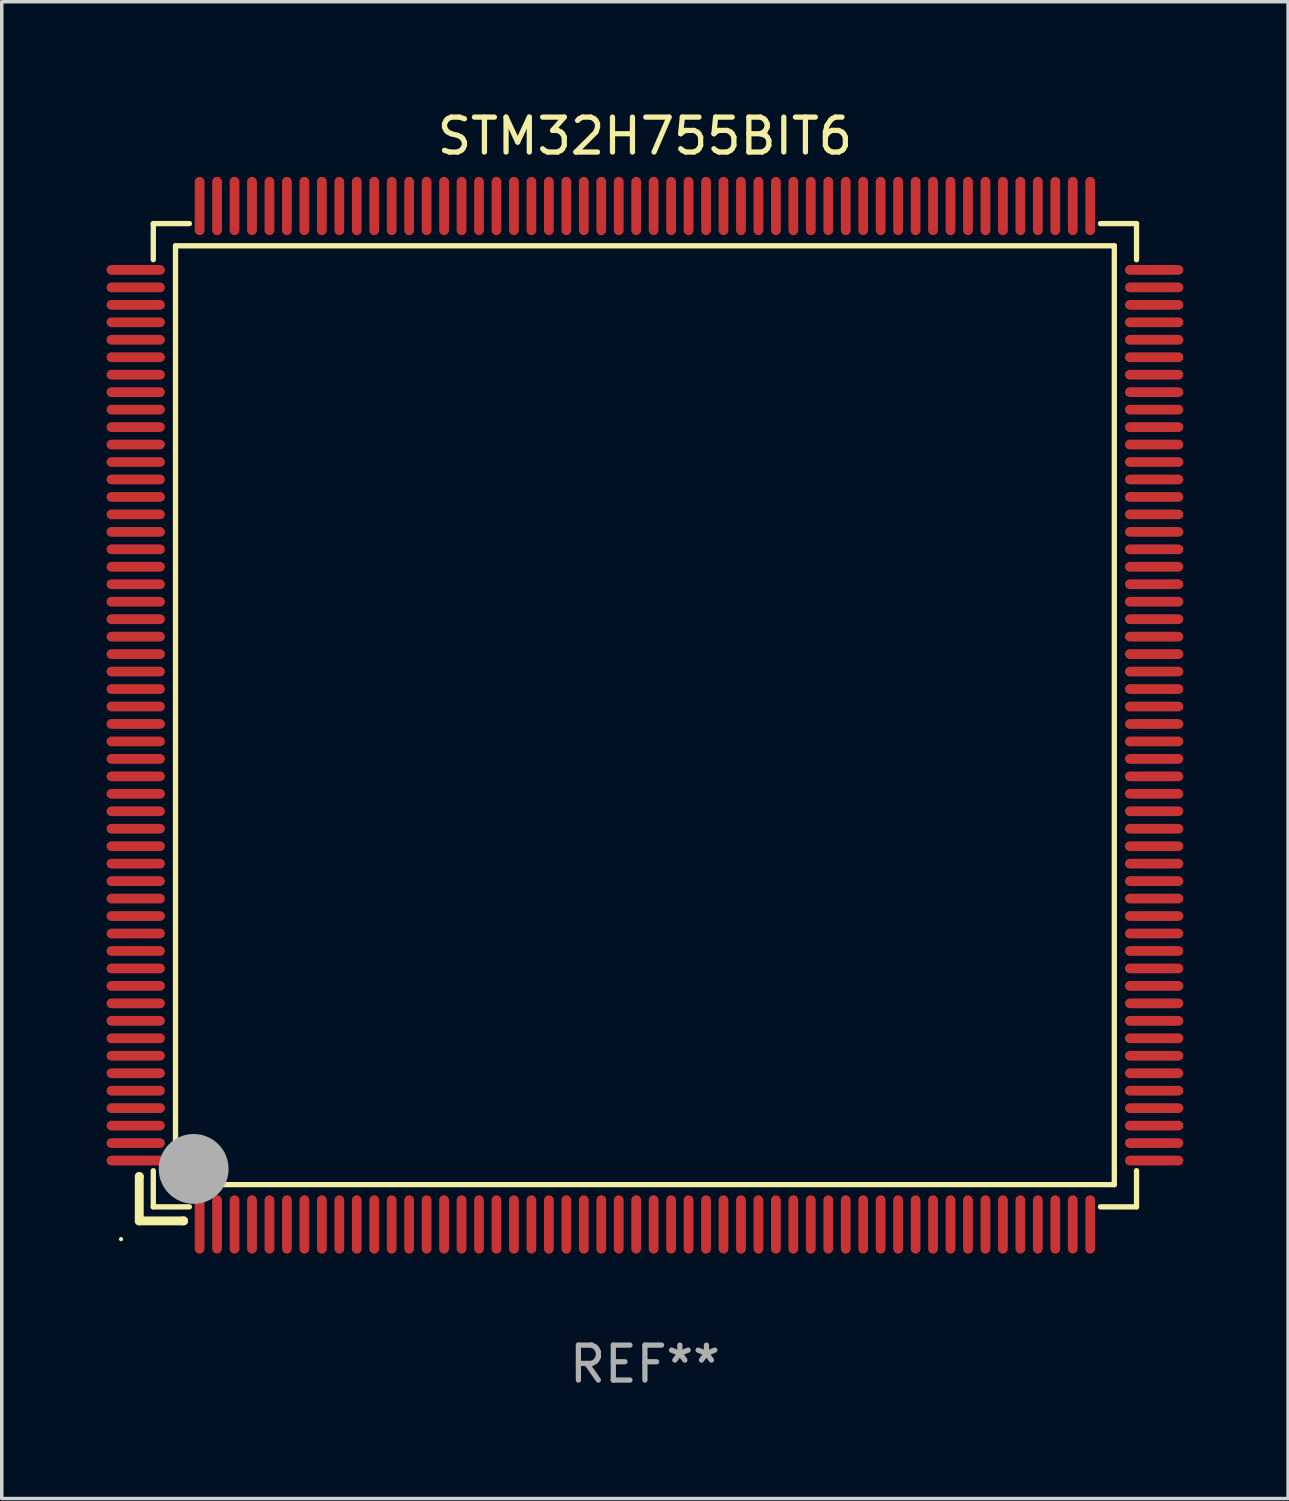
<source format=kicad_pcb>
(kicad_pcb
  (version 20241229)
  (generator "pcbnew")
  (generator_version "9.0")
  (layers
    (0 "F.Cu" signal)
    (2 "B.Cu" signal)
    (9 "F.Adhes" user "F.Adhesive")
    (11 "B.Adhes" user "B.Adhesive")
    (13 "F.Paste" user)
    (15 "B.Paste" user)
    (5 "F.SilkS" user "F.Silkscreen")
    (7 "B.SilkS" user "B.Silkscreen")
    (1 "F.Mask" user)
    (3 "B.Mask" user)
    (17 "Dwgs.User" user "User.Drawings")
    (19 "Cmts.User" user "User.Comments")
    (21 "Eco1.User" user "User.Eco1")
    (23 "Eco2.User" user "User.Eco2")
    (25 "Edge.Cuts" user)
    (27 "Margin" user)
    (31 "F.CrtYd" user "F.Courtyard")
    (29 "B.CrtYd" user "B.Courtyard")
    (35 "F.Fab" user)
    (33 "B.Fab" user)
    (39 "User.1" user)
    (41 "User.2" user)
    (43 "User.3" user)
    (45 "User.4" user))
  (footprint "STM32H755BIT6"
    (layer "F.Cu")
    (at 15.415 17.428)
    (property "Reference" "STM32H755BIT6" (at 0 -16.58 0) (layer "F.SilkS") (effects (font (size 1 1) (thickness 0.15))))
    (attr through_hole)
    (fp_line (start -14.478 13.208) (end -14.478 13.208) (stroke (width 0.254) (type solid)) (layer "F.SilkS"))
    (fp_line (start -14.478 13.208) (end -14.478 14.478) (stroke (width 0.254) (type solid)) (layer "F.SilkS"))
    (fp_line (start -14.478 14.478) (end -13.208 14.478) (stroke (width 0.254) (type solid)) (layer "F.SilkS"))
    (fp_line (start -14.076 -14.076) (end -14.076 -13.042) (stroke (width 0.152) (type solid)) (layer "F.SilkS"))
    (fp_line (start -14.076 14.076) (end -14.076 13.042) (stroke (width 0.152) (type solid)) (layer "F.SilkS"))
    (fp_line (start -13.44 -13.44) (end 13.44 -13.44) (stroke (width 0.152) (type solid)) (layer "F.SilkS"))
    (fp_line (start -13.44 13.44) (end -13.44 -13.44) (stroke (width 0.152) (type solid)) (layer "F.SilkS"))
    (fp_line (start -13.208 14.478) (end -13.208 14.478) (stroke (width 0.254) (type solid)) (layer "F.SilkS"))
    (fp_line (start -13.042 -14.076) (end -14.076 -14.076) (stroke (width 0.152) (type solid)) (layer "F.SilkS"))
    (fp_line (start -13.042 14.076) (end -14.076 14.076) (stroke (width 0.152) (type solid)) (layer "F.SilkS"))
    (fp_line (start 13.042 -14.076) (end 14.076 -14.076) (stroke (width 0.152) (type solid)) (layer "F.SilkS"))
    (fp_line (start 13.042 14.076) (end 14.076 14.076) (stroke (width 0.152) (type solid)) (layer "F.SilkS"))
    (fp_line (start 13.44 -13.44) (end 13.44 13.44) (stroke (width 0.152) (type solid)) (layer "F.SilkS"))
    (fp_line (start 13.44 13.44) (end -13.44 13.44) (stroke (width 0.152) (type solid)) (layer "F.SilkS"))
    (fp_line (start 14.076 -14.076) (end 14.076 -13.042) (stroke (width 0.152) (type solid)) (layer "F.SilkS"))
    (fp_line (start 14.076 14.076) (end 14.076 13.042) (stroke (width 0.152) (type solid)) (layer "F.SilkS"))
    (fp_circle (center -15 15) (end -14.97 15) (stroke (width 0.06) (type solid)) (fill no) (layer "F.SilkS"))
    (fp_circle (center -13.138 13.138) (end -13.063 13.138) (stroke (width 0.15) (type solid)) (fill no) (layer "F.SilkS"))
    (fp_circle (center -12.92 12.99) (end -12.42 12.99) (stroke (width 1) (type solid)) (fill no) (layer "F.Fab"))
    (fp_text user "REF**" (at 0 18.58 0) (layer "F.Fab") (effects (font (size 1 1) (thickness 0.15))))
    (pad "1" smd oval (at -12.75 14.58) (size 0.28 1.67) (layers "F.Cu" "F.Mask" "F.Paste"))
    (pad "2" smd oval (at -12.25 14.58) (size 0.28 1.67) (layers "F.Cu" "F.Mask" "F.Paste"))
    (pad "3" smd oval (at -11.75 14.58) (size 0.28 1.67) (layers "F.Cu" "F.Mask" "F.Paste"))
    (pad "4" smd oval (at -11.25 14.58) (size 0.28 1.67) (layers "F.Cu" "F.Mask" "F.Paste"))
    (pad "5" smd oval (at -10.75 14.58) (size 0.28 1.67) (layers "F.Cu" "F.Mask" "F.Paste"))
    (pad "6" smd oval (at -10.25 14.58) (size 0.28 1.67) (layers "F.Cu" "F.Mask" "F.Paste"))
    (pad "7" smd oval (at -9.75 14.58) (size 0.28 1.67) (layers "F.Cu" "F.Mask" "F.Paste"))
    (pad "8" smd oval (at -9.25 14.58) (size 0.28 1.67) (layers "F.Cu" "F.Mask" "F.Paste"))
    (pad "9" smd oval (at -8.75 14.58) (size 0.28 1.67) (layers "F.Cu" "F.Mask" "F.Paste"))
    (pad "10" smd oval (at -8.25 14.58) (size 0.28 1.67) (layers "F.Cu" "F.Mask" "F.Paste"))
    (pad "11" smd oval (at -7.75 14.58) (size 0.28 1.67) (layers "F.Cu" "F.Mask" "F.Paste"))
    (pad "12" smd oval (at -7.25 14.58) (size 0.28 1.67) (layers "F.Cu" "F.Mask" "F.Paste"))
    (pad "13" smd oval (at -6.75 14.58) (size 0.28 1.67) (layers "F.Cu" "F.Mask" "F.Paste"))
    (pad "14" smd oval (at -6.25 14.58) (size 0.28 1.67) (layers "F.Cu" "F.Mask" "F.Paste"))
    (pad "15" smd oval (at -5.75 14.58) (size 0.28 1.67) (layers "F.Cu" "F.Mask" "F.Paste"))
    (pad "16" smd oval (at -5.25 14.58) (size 0.28 1.67) (layers "F.Cu" "F.Mask" "F.Paste"))
    (pad "17" smd oval (at -4.75 14.58) (size 0.28 1.67) (layers "F.Cu" "F.Mask" "F.Paste"))
    (pad "18" smd oval (at -4.25 14.58) (size 0.28 1.67) (layers "F.Cu" "F.Mask" "F.Paste"))
    (pad "19" smd oval (at -3.75 14.58) (size 0.28 1.67) (layers "F.Cu" "F.Mask" "F.Paste"))
    (pad "20" smd oval (at -3.25 14.58) (size 0.28 1.67) (layers "F.Cu" "F.Mask" "F.Paste"))
    (pad "21" smd oval (at -2.75 14.58) (size 0.28 1.67) (layers "F.Cu" "F.Mask" "F.Paste"))
    (pad "22" smd oval (at -2.25 14.58) (size 0.28 1.67) (layers "F.Cu" "F.Mask" "F.Paste"))
    (pad "23" smd oval (at -1.75 14.58) (size 0.28 1.67) (layers "F.Cu" "F.Mask" "F.Paste"))
    (pad "24" smd oval (at -1.25 14.58) (size 0.28 1.67) (layers "F.Cu" "F.Mask" "F.Paste"))
    (pad "25" smd oval (at -0.75 14.58) (size 0.28 1.67) (layers "F.Cu" "F.Mask" "F.Paste"))
    (pad "26" smd oval (at -0.25 14.58) (size 0.28 1.67) (layers "F.Cu" "F.Mask" "F.Paste"))
    (pad "27" smd oval (at 0.25 14.58) (size 0.28 1.67) (layers "F.Cu" "F.Mask" "F.Paste"))
    (pad "28" smd oval (at 0.75 14.58) (size 0.28 1.67) (layers "F.Cu" "F.Mask" "F.Paste"))
    (pad "29" smd oval (at 1.25 14.58) (size 0.28 1.67) (layers "F.Cu" "F.Mask" "F.Paste"))
    (pad "30" smd oval (at 1.75 14.58) (size 0.28 1.67) (layers "F.Cu" "F.Mask" "F.Paste"))
    (pad "31" smd oval (at 2.25 14.58) (size 0.28 1.67) (layers "F.Cu" "F.Mask" "F.Paste"))
    (pad "32" smd oval (at 2.75 14.58) (size 0.28 1.67) (layers "F.Cu" "F.Mask" "F.Paste"))
    (pad "33" smd oval (at 3.25 14.58) (size 0.28 1.67) (layers "F.Cu" "F.Mask" "F.Paste"))
    (pad "34" smd oval (at 3.75 14.58) (size 0.28 1.67) (layers "F.Cu" "F.Mask" "F.Paste"))
    (pad "35" smd oval (at 4.25 14.58) (size 0.28 1.67) (layers "F.Cu" "F.Mask" "F.Paste"))
    (pad "36" smd oval (at 4.75 14.58) (size 0.28 1.67) (layers "F.Cu" "F.Mask" "F.Paste"))
    (pad "37" smd oval (at 5.25 14.58) (size 0.28 1.67) (layers "F.Cu" "F.Mask" "F.Paste"))
    (pad "38" smd oval (at 5.75 14.58) (size 0.28 1.67) (layers "F.Cu" "F.Mask" "F.Paste"))
    (pad "39" smd oval (at 6.25 14.58) (size 0.28 1.67) (layers "F.Cu" "F.Mask" "F.Paste"))
    (pad "40" smd oval (at 6.75 14.58) (size 0.28 1.67) (layers "F.Cu" "F.Mask" "F.Paste"))
    (pad "41" smd oval (at 7.25 14.58) (size 0.28 1.67) (layers "F.Cu" "F.Mask" "F.Paste"))
    (pad "42" smd oval (at 7.75 14.58) (size 0.28 1.67) (layers "F.Cu" "F.Mask" "F.Paste"))
    (pad "43" smd oval (at 8.25 14.58) (size 0.28 1.67) (layers "F.Cu" "F.Mask" "F.Paste"))
    (pad "44" smd oval (at 8.75 14.58) (size 0.28 1.67) (layers "F.Cu" "F.Mask" "F.Paste"))
    (pad "45" smd oval (at 9.25 14.58) (size 0.28 1.67) (layers "F.Cu" "F.Mask" "F.Paste"))
    (pad "46" smd oval (at 9.75 14.58) (size 0.28 1.67) (layers "F.Cu" "F.Mask" "F.Paste"))
    (pad "47" smd oval (at 10.25 14.58) (size 0.28 1.67) (layers "F.Cu" "F.Mask" "F.Paste"))
    (pad "48" smd oval (at 10.75 14.58) (size 0.28 1.67) (layers "F.Cu" "F.Mask" "F.Paste"))
    (pad "49" smd oval (at 11.25 14.58) (size 0.28 1.67) (layers "F.Cu" "F.Mask" "F.Paste"))
    (pad "50" smd oval (at 11.75 14.58) (size 0.28 1.67) (layers "F.Cu" "F.Mask" "F.Paste"))
    (pad "51" smd oval (at 12.25 14.58) (size 0.28 1.67) (layers "F.Cu" "F.Mask" "F.Paste"))
    (pad "52" smd oval (at 12.75 14.58) (size 0.28 1.67) (layers "F.Cu" "F.Mask" "F.Paste"))
    (pad "53" smd oval (at 14.58 12.75) (size 1.67 0.28) (layers "F.Cu" "F.Mask" "F.Paste"))
    (pad "54" smd oval (at 14.58 12.25) (size 1.67 0.28) (layers "F.Cu" "F.Mask" "F.Paste"))
    (pad "55" smd oval (at 14.58 11.75) (size 1.67 0.28) (layers "F.Cu" "F.Mask" "F.Paste"))
    (pad "56" smd oval (at 14.58 11.25) (size 1.67 0.28) (layers "F.Cu" "F.Mask" "F.Paste"))
    (pad "57" smd oval (at 14.58 10.75) (size 1.67 0.28) (layers "F.Cu" "F.Mask" "F.Paste"))
    (pad "58" smd oval (at 14.58 10.25) (size 1.67 0.28) (layers "F.Cu" "F.Mask" "F.Paste"))
    (pad "59" smd oval (at 14.58 9.75) (size 1.67 0.28) (layers "F.Cu" "F.Mask" "F.Paste"))
    (pad "60" smd oval (at 14.58 9.25) (size 1.67 0.28) (layers "F.Cu" "F.Mask" "F.Paste"))
    (pad "61" smd oval (at 14.58 8.75) (size 1.67 0.28) (layers "F.Cu" "F.Mask" "F.Paste"))
    (pad "62" smd oval (at 14.58 8.25) (size 1.67 0.28) (layers "F.Cu" "F.Mask" "F.Paste"))
    (pad "63" smd oval (at 14.58 7.75) (size 1.67 0.28) (layers "F.Cu" "F.Mask" "F.Paste"))
    (pad "64" smd oval (at 14.58 7.25) (size 1.67 0.28) (layers "F.Cu" "F.Mask" "F.Paste"))
    (pad "65" smd oval (at 14.58 6.75) (size 1.67 0.28) (layers "F.Cu" "F.Mask" "F.Paste"))
    (pad "66" smd oval (at 14.58 6.25) (size 1.67 0.28) (layers "F.Cu" "F.Mask" "F.Paste"))
    (pad "67" smd oval (at 14.58 5.75) (size 1.67 0.28) (layers "F.Cu" "F.Mask" "F.Paste"))
    (pad "68" smd oval (at 14.58 5.25) (size 1.67 0.28) (layers "F.Cu" "F.Mask" "F.Paste"))
    (pad "69" smd oval (at 14.58 4.75) (size 1.67 0.28) (layers "F.Cu" "F.Mask" "F.Paste"))
    (pad "70" smd oval (at 14.58 4.25) (size 1.67 0.28) (layers "F.Cu" "F.Mask" "F.Paste"))
    (pad "71" smd oval (at 14.58 3.75) (size 1.67 0.28) (layers "F.Cu" "F.Mask" "F.Paste"))
    (pad "72" smd oval (at 14.58 3.25) (size 1.67 0.28) (layers "F.Cu" "F.Mask" "F.Paste"))
    (pad "73" smd oval (at 14.58 2.75) (size 1.67 0.28) (layers "F.Cu" "F.Mask" "F.Paste"))
    (pad "74" smd oval (at 14.58 2.25) (size 1.67 0.28) (layers "F.Cu" "F.Mask" "F.Paste"))
    (pad "75" smd oval (at 14.58 1.75) (size 1.67 0.28) (layers "F.Cu" "F.Mask" "F.Paste"))
    (pad "76" smd oval (at 14.58 1.25) (size 1.67 0.28) (layers "F.Cu" "F.Mask" "F.Paste"))
    (pad "77" smd oval (at 14.58 0.75) (size 1.67 0.28) (layers "F.Cu" "F.Mask" "F.Paste"))
    (pad "78" smd oval (at 14.58 0.25) (size 1.67 0.28) (layers "F.Cu" "F.Mask" "F.Paste"))
    (pad "79" smd oval (at 14.58 -0.25) (size 1.67 0.28) (layers "F.Cu" "F.Mask" "F.Paste"))
    (pad "80" smd oval (at 14.58 -0.75) (size 1.67 0.28) (layers "F.Cu" "F.Mask" "F.Paste"))
    (pad "81" smd oval (at 14.58 -1.25) (size 1.67 0.28) (layers "F.Cu" "F.Mask" "F.Paste"))
    (pad "82" smd oval (at 14.58 -1.75) (size 1.67 0.28) (layers "F.Cu" "F.Mask" "F.Paste"))
    (pad "83" smd oval (at 14.58 -2.25) (size 1.67 0.28) (layers "F.Cu" "F.Mask" "F.Paste"))
    (pad "84" smd oval (at 14.58 -2.75) (size 1.67 0.28) (layers "F.Cu" "F.Mask" "F.Paste"))
    (pad "85" smd oval (at 14.58 -3.25) (size 1.67 0.28) (layers "F.Cu" "F.Mask" "F.Paste"))
    (pad "86" smd oval (at 14.58 -3.75) (size 1.67 0.28) (layers "F.Cu" "F.Mask" "F.Paste"))
    (pad "87" smd oval (at 14.58 -4.25) (size 1.67 0.28) (layers "F.Cu" "F.Mask" "F.Paste"))
    (pad "88" smd oval (at 14.58 -4.75) (size 1.67 0.28) (layers "F.Cu" "F.Mask" "F.Paste"))
    (pad "89" smd oval (at 14.58 -5.25) (size 1.67 0.28) (layers "F.Cu" "F.Mask" "F.Paste"))
    (pad "90" smd oval (at 14.58 -5.75) (size 1.67 0.28) (layers "F.Cu" "F.Mask" "F.Paste"))
    (pad "91" smd oval (at 14.58 -6.25) (size 1.67 0.28) (layers "F.Cu" "F.Mask" "F.Paste"))
    (pad "92" smd oval (at 14.58 -6.75) (size 1.67 0.28) (layers "F.Cu" "F.Mask" "F.Paste"))
    (pad "93" smd oval (at 14.58 -7.25) (size 1.67 0.28) (layers "F.Cu" "F.Mask" "F.Paste"))
    (pad "94" smd oval (at 14.58 -7.75) (size 1.67 0.28) (layers "F.Cu" "F.Mask" "F.Paste"))
    (pad "95" smd oval (at 14.58 -8.25) (size 1.67 0.28) (layers "F.Cu" "F.Mask" "F.Paste"))
    (pad "96" smd oval (at 14.58 -8.75) (size 1.67 0.28) (layers "F.Cu" "F.Mask" "F.Paste"))
    (pad "97" smd oval (at 14.58 -9.25) (size 1.67 0.28) (layers "F.Cu" "F.Mask" "F.Paste"))
    (pad "98" smd oval (at 14.58 -9.75) (size 1.67 0.28) (layers "F.Cu" "F.Mask" "F.Paste"))
    (pad "99" smd oval (at 14.58 -10.25) (size 1.67 0.28) (layers "F.Cu" "F.Mask" "F.Paste"))
    (pad "100" smd oval (at 14.58 -10.75) (size 1.67 0.28) (layers "F.Cu" "F.Mask" "F.Paste"))
    (pad "101" smd oval (at 14.58 -11.25) (size 1.67 0.28) (layers "F.Cu" "F.Mask" "F.Paste"))
    (pad "102" smd oval (at 14.58 -11.75) (size 1.67 0.28) (layers "F.Cu" "F.Mask" "F.Paste"))
    (pad "103" smd oval (at 14.58 -12.25) (size 1.67 0.28) (layers "F.Cu" "F.Mask" "F.Paste"))
    (pad "104" smd oval (at 14.58 -12.75) (size 1.67 0.28) (layers "F.Cu" "F.Mask" "F.Paste"))
    (pad "105" smd oval (at 12.75 -14.58) (size 0.28 1.67) (layers "F.Cu" "F.Mask" "F.Paste"))
    (pad "106" smd oval (at 12.25 -14.58) (size 0.28 1.67) (layers "F.Cu" "F.Mask" "F.Paste"))
    (pad "107" smd oval (at 11.75 -14.58) (size 0.28 1.67) (layers "F.Cu" "F.Mask" "F.Paste"))
    (pad "108" smd oval (at 11.25 -14.58) (size 0.28 1.67) (layers "F.Cu" "F.Mask" "F.Paste"))
    (pad "109" smd oval (at 10.75 -14.58) (size 0.28 1.67) (layers "F.Cu" "F.Mask" "F.Paste"))
    (pad "110" smd oval (at 10.25 -14.58) (size 0.28 1.67) (layers "F.Cu" "F.Mask" "F.Paste"))
    (pad "111" smd oval (at 9.75 -14.58) (size 0.28 1.67) (layers "F.Cu" "F.Mask" "F.Paste"))
    (pad "112" smd oval (at 9.25 -14.58) (size 0.28 1.67) (layers "F.Cu" "F.Mask" "F.Paste"))
    (pad "113" smd oval (at 8.75 -14.58) (size 0.28 1.67) (layers "F.Cu" "F.Mask" "F.Paste"))
    (pad "114" smd oval (at 8.25 -14.58) (size 0.28 1.67) (layers "F.Cu" "F.Mask" "F.Paste"))
    (pad "115" smd oval (at 7.75 -14.58) (size 0.28 1.67) (layers "F.Cu" "F.Mask" "F.Paste"))
    (pad "116" smd oval (at 7.25 -14.58) (size 0.28 1.67) (layers "F.Cu" "F.Mask" "F.Paste"))
    (pad "117" smd oval (at 6.75 -14.58) (size 0.28 1.67) (layers "F.Cu" "F.Mask" "F.Paste"))
    (pad "118" smd oval (at 6.25 -14.58) (size 0.28 1.67) (layers "F.Cu" "F.Mask" "F.Paste"))
    (pad "119" smd oval (at 5.75 -14.58) (size 0.28 1.67) (layers "F.Cu" "F.Mask" "F.Paste"))
    (pad "120" smd oval (at 5.25 -14.58) (size 0.28 1.67) (layers "F.Cu" "F.Mask" "F.Paste"))
    (pad "121" smd oval (at 4.75 -14.58) (size 0.28 1.67) (layers "F.Cu" "F.Mask" "F.Paste"))
    (pad "122" smd oval (at 4.25 -14.58) (size 0.28 1.67) (layers "F.Cu" "F.Mask" "F.Paste"))
    (pad "123" smd oval (at 3.75 -14.58) (size 0.28 1.67) (layers "F.Cu" "F.Mask" "F.Paste"))
    (pad "124" smd oval (at 3.25 -14.58) (size 0.28 1.67) (layers "F.Cu" "F.Mask" "F.Paste"))
    (pad "125" smd oval (at 2.75 -14.58) (size 0.28 1.67) (layers "F.Cu" "F.Mask" "F.Paste"))
    (pad "126" smd oval (at 2.25 -14.58) (size 0.28 1.67) (layers "F.Cu" "F.Mask" "F.Paste"))
    (pad "127" smd oval (at 1.75 -14.58) (size 0.28 1.67) (layers "F.Cu" "F.Mask" "F.Paste"))
    (pad "128" smd oval (at 1.25 -14.58) (size 0.28 1.67) (layers "F.Cu" "F.Mask" "F.Paste"))
    (pad "129" smd oval (at 0.75 -14.58) (size 0.28 1.67) (layers "F.Cu" "F.Mask" "F.Paste"))
    (pad "130" smd oval (at 0.25 -14.58) (size 0.28 1.67) (layers "F.Cu" "F.Mask" "F.Paste"))
    (pad "131" smd oval (at -0.25 -14.58) (size 0.28 1.67) (layers "F.Cu" "F.Mask" "F.Paste"))
    (pad "132" smd oval (at -0.75 -14.58) (size 0.28 1.67) (layers "F.Cu" "F.Mask" "F.Paste"))
    (pad "133" smd oval (at -1.25 -14.58) (size 0.28 1.67) (layers "F.Cu" "F.Mask" "F.Paste"))
    (pad "134" smd oval (at -1.75 -14.58) (size 0.28 1.67) (layers "F.Cu" "F.Mask" "F.Paste"))
    (pad "135" smd oval (at -2.25 -14.58) (size 0.28 1.67) (layers "F.Cu" "F.Mask" "F.Paste"))
    (pad "136" smd oval (at -2.75 -14.58) (size 0.28 1.67) (layers "F.Cu" "F.Mask" "F.Paste"))
    (pad "137" smd oval (at -3.25 -14.58) (size 0.28 1.67) (layers "F.Cu" "F.Mask" "F.Paste"))
    (pad "138" smd oval (at -3.75 -14.58) (size 0.28 1.67) (layers "F.Cu" "F.Mask" "F.Paste"))
    (pad "139" smd oval (at -4.25 -14.58) (size 0.28 1.67) (layers "F.Cu" "F.Mask" "F.Paste"))
    (pad "140" smd oval (at -4.75 -14.58) (size 0.28 1.67) (layers "F.Cu" "F.Mask" "F.Paste"))
    (pad "141" smd oval (at -5.25 -14.58) (size 0.28 1.67) (layers "F.Cu" "F.Mask" "F.Paste"))
    (pad "142" smd oval (at -5.75 -14.58) (size 0.28 1.67) (layers "F.Cu" "F.Mask" "F.Paste"))
    (pad "143" smd oval (at -6.25 -14.58) (size 0.28 1.67) (layers "F.Cu" "F.Mask" "F.Paste"))
    (pad "144" smd oval (at -6.75 -14.58) (size 0.28 1.67) (layers "F.Cu" "F.Mask" "F.Paste"))
    (pad "145" smd oval (at -7.25 -14.58) (size 0.28 1.67) (layers "F.Cu" "F.Mask" "F.Paste"))
    (pad "146" smd oval (at -7.75 -14.58) (size 0.28 1.67) (layers "F.Cu" "F.Mask" "F.Paste"))
    (pad "147" smd oval (at -8.25 -14.58) (size 0.28 1.67) (layers "F.Cu" "F.Mask" "F.Paste"))
    (pad "148" smd oval (at -8.75 -14.58) (size 0.28 1.67) (layers "F.Cu" "F.Mask" "F.Paste"))
    (pad "149" smd oval (at -9.25 -14.58) (size 0.28 1.67) (layers "F.Cu" "F.Mask" "F.Paste"))
    (pad "150" smd oval (at -9.75 -14.58) (size 0.28 1.67) (layers "F.Cu" "F.Mask" "F.Paste"))
    (pad "151" smd oval (at -10.25 -14.58) (size 0.28 1.67) (layers "F.Cu" "F.Mask" "F.Paste"))
    (pad "152" smd oval (at -10.75 -14.58) (size 0.28 1.67) (layers "F.Cu" "F.Mask" "F.Paste"))
    (pad "153" smd oval (at -11.25 -14.58) (size 0.28 1.67) (layers "F.Cu" "F.Mask" "F.Paste"))
    (pad "154" smd oval (at -11.75 -14.58) (size 0.28 1.67) (layers "F.Cu" "F.Mask" "F.Paste"))
    (pad "155" smd oval (at -12.25 -14.58) (size 0.28 1.67) (layers "F.Cu" "F.Mask" "F.Paste"))
    (pad "156" smd oval (at -12.75 -14.58) (size 0.28 1.67) (layers "F.Cu" "F.Mask" "F.Paste"))
    (pad "157" smd oval (at -14.58 -12.75) (size 1.67 0.28) (layers "F.Cu" "F.Mask" "F.Paste"))
    (pad "158" smd oval (at -14.58 -12.25) (size 1.67 0.28) (layers "F.Cu" "F.Mask" "F.Paste"))
    (pad "159" smd oval (at -14.58 -11.75) (size 1.67 0.28) (layers "F.Cu" "F.Mask" "F.Paste"))
    (pad "160" smd oval (at -14.58 -11.25) (size 1.67 0.28) (layers "F.Cu" "F.Mask" "F.Paste"))
    (pad "161" smd oval (at -14.58 -10.75) (size 1.67 0.28) (layers "F.Cu" "F.Mask" "F.Paste"))
    (pad "162" smd oval (at -14.58 -10.25) (size 1.67 0.28) (layers "F.Cu" "F.Mask" "F.Paste"))
    (pad "163" smd oval (at -14.58 -9.75) (size 1.67 0.28) (layers "F.Cu" "F.Mask" "F.Paste"))
    (pad "164" smd oval (at -14.58 -9.25) (size 1.67 0.28) (layers "F.Cu" "F.Mask" "F.Paste"))
    (pad "165" smd oval (at -14.58 -8.75) (size 1.67 0.28) (layers "F.Cu" "F.Mask" "F.Paste"))
    (pad "166" smd oval (at -14.58 -8.25) (size 1.67 0.28) (layers "F.Cu" "F.Mask" "F.Paste"))
    (pad "167" smd oval (at -14.58 -7.75) (size 1.67 0.28) (layers "F.Cu" "F.Mask" "F.Paste"))
    (pad "168" smd oval (at -14.58 -7.25) (size 1.67 0.28) (layers "F.Cu" "F.Mask" "F.Paste"))
    (pad "169" smd oval (at -14.58 -6.75) (size 1.67 0.28) (layers "F.Cu" "F.Mask" "F.Paste"))
    (pad "170" smd oval (at -14.58 -6.25) (size 1.67 0.28) (layers "F.Cu" "F.Mask" "F.Paste"))
    (pad "171" smd oval (at -14.58 -5.75) (size 1.67 0.28) (layers "F.Cu" "F.Mask" "F.Paste"))
    (pad "172" smd oval (at -14.58 -5.25) (size 1.67 0.28) (layers "F.Cu" "F.Mask" "F.Paste"))
    (pad "173" smd oval (at -14.58 -4.75) (size 1.67 0.28) (layers "F.Cu" "F.Mask" "F.Paste"))
    (pad "174" smd oval (at -14.58 -4.25) (size 1.67 0.28) (layers "F.Cu" "F.Mask" "F.Paste"))
    (pad "175" smd oval (at -14.58 -3.75) (size 1.67 0.28) (layers "F.Cu" "F.Mask" "F.Paste"))
    (pad "176" smd oval (at -14.58 -3.25) (size 1.67 0.28) (layers "F.Cu" "F.Mask" "F.Paste"))
    (pad "177" smd oval (at -14.58 -2.75) (size 1.67 0.28) (layers "F.Cu" "F.Mask" "F.Paste"))
    (pad "178" smd oval (at -14.58 -2.25) (size 1.67 0.28) (layers "F.Cu" "F.Mask" "F.Paste"))
    (pad "179" smd oval (at -14.58 -1.75) (size 1.67 0.28) (layers "F.Cu" "F.Mask" "F.Paste"))
    (pad "180" smd oval (at -14.58 -1.25) (size 1.67 0.28) (layers "F.Cu" "F.Mask" "F.Paste"))
    (pad "181" smd oval (at -14.58 -0.75) (size 1.67 0.28) (layers "F.Cu" "F.Mask" "F.Paste"))
    (pad "182" smd oval (at -14.58 -0.25) (size 1.67 0.28) (layers "F.Cu" "F.Mask" "F.Paste"))
    (pad "183" smd oval (at -14.58 0.25) (size 1.67 0.28) (layers "F.Cu" "F.Mask" "F.Paste"))
    (pad "184" smd oval (at -14.58 0.75) (size 1.67 0.28) (layers "F.Cu" "F.Mask" "F.Paste"))
    (pad "185" smd oval (at -14.58 1.25) (size 1.67 0.28) (layers "F.Cu" "F.Mask" "F.Paste"))
    (pad "186" smd oval (at -14.58 1.75) (size 1.67 0.28) (layers "F.Cu" "F.Mask" "F.Paste"))
    (pad "187" smd oval (at -14.58 2.25) (size 1.67 0.28) (layers "F.Cu" "F.Mask" "F.Paste"))
    (pad "188" smd oval (at -14.58 2.75) (size 1.67 0.28) (layers "F.Cu" "F.Mask" "F.Paste"))
    (pad "189" smd oval (at -14.58 3.25) (size 1.67 0.28) (layers "F.Cu" "F.Mask" "F.Paste"))
    (pad "190" smd oval (at -14.58 3.75) (size 1.67 0.28) (layers "F.Cu" "F.Mask" "F.Paste"))
    (pad "191" smd oval (at -14.58 4.25) (size 1.67 0.28) (layers "F.Cu" "F.Mask" "F.Paste"))
    (pad "192" smd oval (at -14.58 4.75) (size 1.67 0.28) (layers "F.Cu" "F.Mask" "F.Paste"))
    (pad "193" smd oval (at -14.58 5.25) (size 1.67 0.28) (layers "F.Cu" "F.Mask" "F.Paste"))
    (pad "194" smd oval (at -14.58 5.75) (size 1.67 0.28) (layers "F.Cu" "F.Mask" "F.Paste"))
    (pad "195" smd oval (at -14.58 6.25) (size 1.67 0.28) (layers "F.Cu" "F.Mask" "F.Paste"))
    (pad "196" smd oval (at -14.58 6.75) (size 1.67 0.28) (layers "F.Cu" "F.Mask" "F.Paste"))
    (pad "197" smd oval (at -14.58 7.25) (size 1.67 0.28) (layers "F.Cu" "F.Mask" "F.Paste"))
    (pad "198" smd oval (at -14.58 7.75) (size 1.67 0.28) (layers "F.Cu" "F.Mask" "F.Paste"))
    (pad "199" smd oval (at -14.58 8.25) (size 1.67 0.28) (layers "F.Cu" "F.Mask" "F.Paste"))
    (pad "200" smd oval (at -14.58 8.75) (size 1.67 0.28) (layers "F.Cu" "F.Mask" "F.Paste"))
    (pad "201" smd oval (at -14.58 9.25) (size 1.67 0.28) (layers "F.Cu" "F.Mask" "F.Paste"))
    (pad "202" smd oval (at -14.58 9.75) (size 1.67 0.28) (layers "F.Cu" "F.Mask" "F.Paste"))
    (pad "203" smd oval (at -14.58 10.25) (size 1.67 0.28) (layers "F.Cu" "F.Mask" "F.Paste"))
    (pad "204" smd oval (at -14.58 10.75) (size 1.67 0.28) (layers "F.Cu" "F.Mask" "F.Paste"))
    (pad "205" smd oval (at -14.58 11.25) (size 1.67 0.28) (layers "F.Cu" "F.Mask" "F.Paste"))
    (pad "206" smd oval (at -14.58 11.75) (size 1.67 0.28) (layers "F.Cu" "F.Mask" "F.Paste"))
    (pad "207" smd oval (at -14.58 12.25) (size 1.67 0.28) (layers "F.Cu" "F.Mask" "F.Paste"))
    (pad "208" smd oval (at -14.58 12.75) (size 1.67 0.28) (layers "F.Cu" "F.Mask" "F.Paste")))
  (gr_rect
    (start -3 -3)
    (end 33.83 39.856)
    (stroke (width 0.1) (type default))
    (fill no)
    (layer "Edge.Cuts")))
</source>
